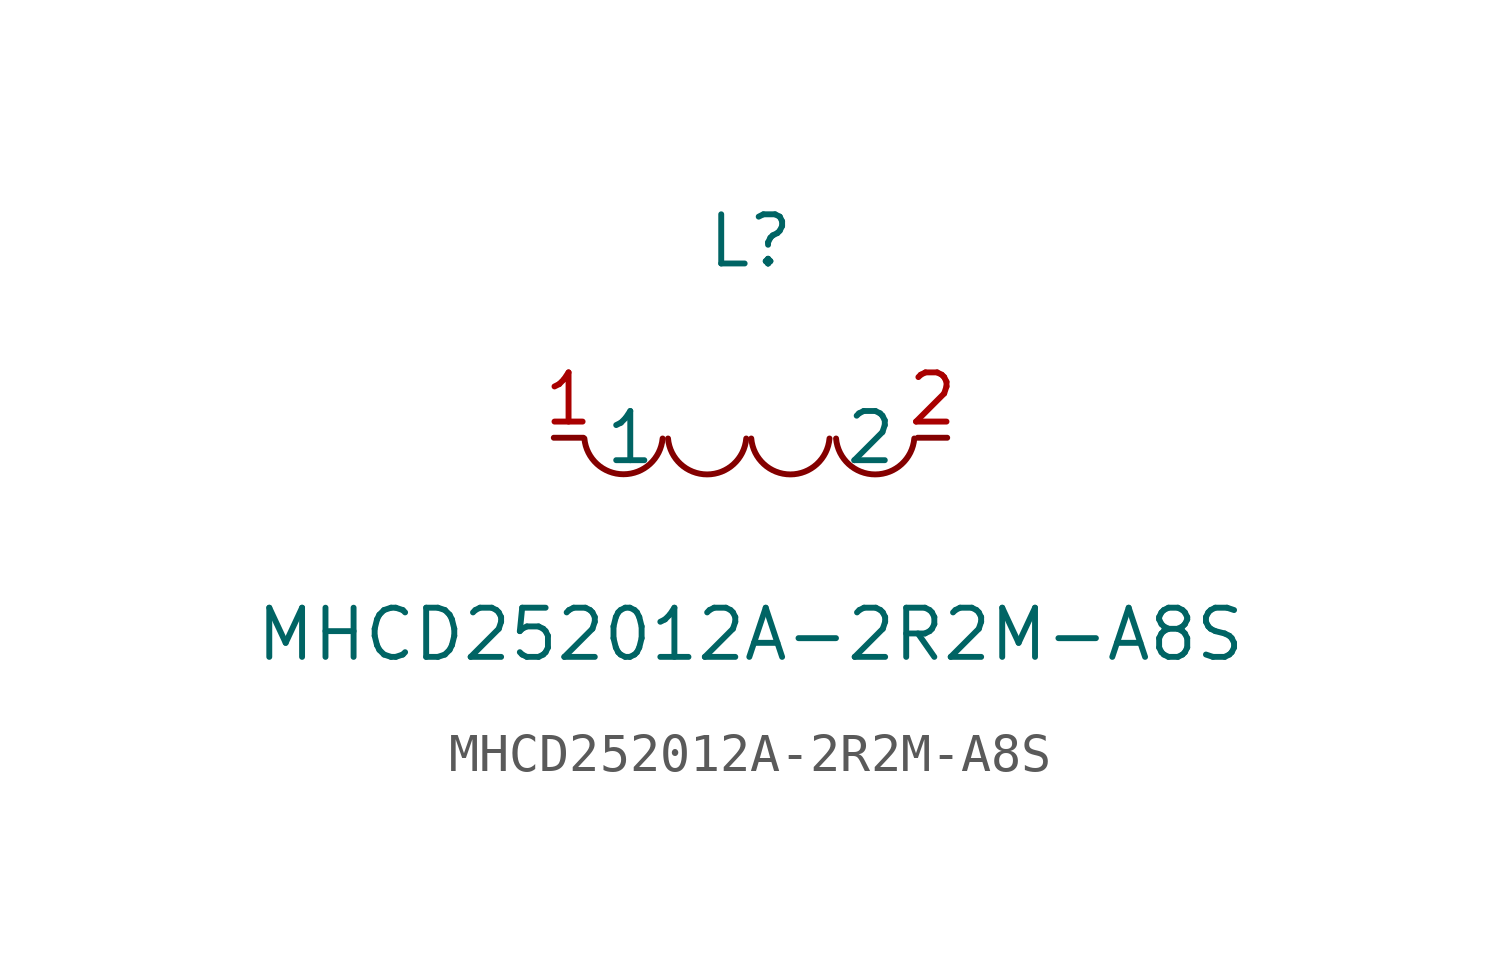
<source format=kicad_sym>
(kicad_symbol_lib
  (version 20211014)
  (generator https://github.com/uPesy/easyeda2kicad.py)
  (symbol "MHCD252012A-2R2M-A8S"
    (property "Reference" "L"
      (at 0 5.08 0)
      (effects (font (size 1.27 1.27))))
    (property "Value" "MHCD252012A-2R2M-A8S"
      (at 0 -5.08 0)
      (effects (font (size 1.27 1.27))))
    (symbol "MHCD252012A-2R2M-A8S_0_1"
      (arc (start -4.29 -0.02) (mid -2.81 -1.01) (end -2.27 -0.02) (stroke (width 0) (type default) (color 0 0 0 0)) (fill (type none)))
      (arc (start -2.13 -0.02) (mid -0.66 -1.01) (end -0.11 -0.02) (stroke (width 0) (type default) (color 0 0 0 0)) (fill (type none)))
      (arc (start 0.02 -0.02) (mid 1.49 -1.01) (end 2.04 -0.02) (stroke (width 0) (type default) (color 0 0 0 0)) (fill (type none)))
      (arc (start 2.21 -0.02) (mid 3.68 -1.01) (end 4.23 -0.02) (stroke (width 0) (type default) (color 0 0 0 0)) (fill (type none)))
      (pin unspecified line (at 5.08 -0.00 180) (length 0.762) (name "2" (effects (font (size 1.27 1.27)))) (number "2" (effects (font (size 1.27 1.27)))))
      (pin unspecified line (at -5.08 -0.00 0) (length 0.762) (name "1" (effects (font (size 1.27 1.27)))) (number "1" (effects (font (size 1.27 1.27))))))))
</source>
